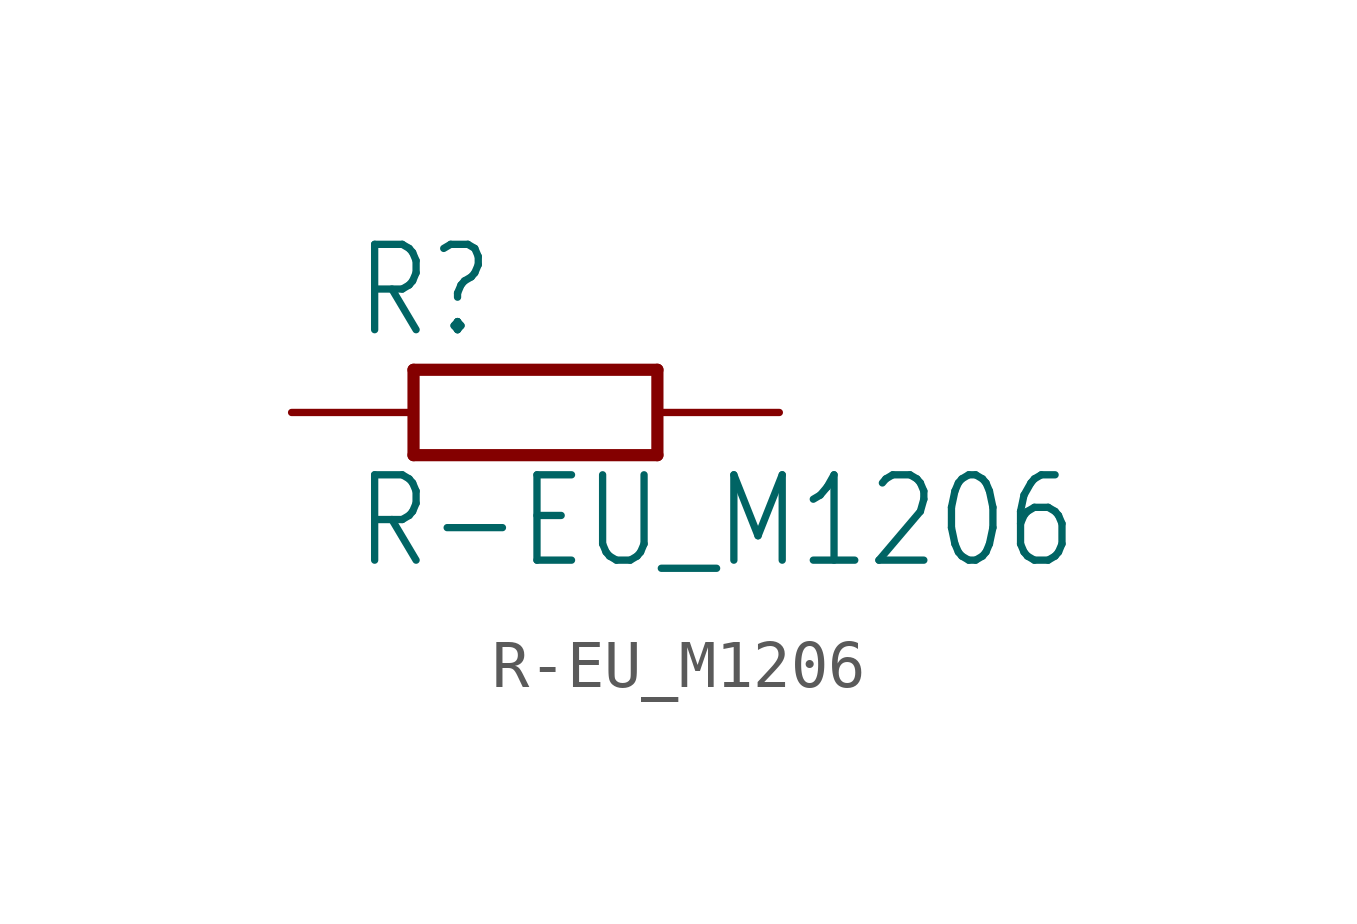
<source format=kicad_sym>
(kicad_symbol_lib
  (version 20220914)
  (generator kicad_symbol_editor)
  (symbol "R-EU_M1206"
    (property "Reference" "R"
      (at -3.81 1.499 0)
      (effects (font (size 1.778 1.511)) (justify left bottom)))
    (property "Value" "R-EU_M1206"
      (at -3.81 -3.302 0)
      (effects (font (size 1.778 1.511)) (justify left bottom)))
    (property "ki_locked" ""
      (at 0 0 0)
      (effects (font (size 1.27 1.27))))
    (symbol "R-EU_M1206_1_0"
      (polyline (pts (xy -2.54 -0.889) (xy -2.54 0.889)) (stroke (width 0.254) (type default)) (fill (type none)))
      (polyline (pts (xy -2.54 -0.889) (xy 2.54 -0.889)) (stroke (width 0.254) (type default)) (fill (type none)))
      (polyline (pts (xy 2.54 -0.889) (xy 2.54 0.889)) (stroke (width 0.254) (type default)) (fill (type none)))
      (polyline (pts (xy 2.54 0.889) (xy -2.54 0.889)) (stroke (width 0.254) (type default)) (fill (type none)))
      (pin passive line (at -5.08 0 0) (length 2.54) (name "1" (effects (font (size 0 0)))) (number "1" (effects (font (size 0 0)))))
      (pin passive line (at 5.08 0 180) (length 2.54) (name "2" (effects (font (size 0 0)))) (number "2" (effects (font (size 0 0))))))))
</source>
